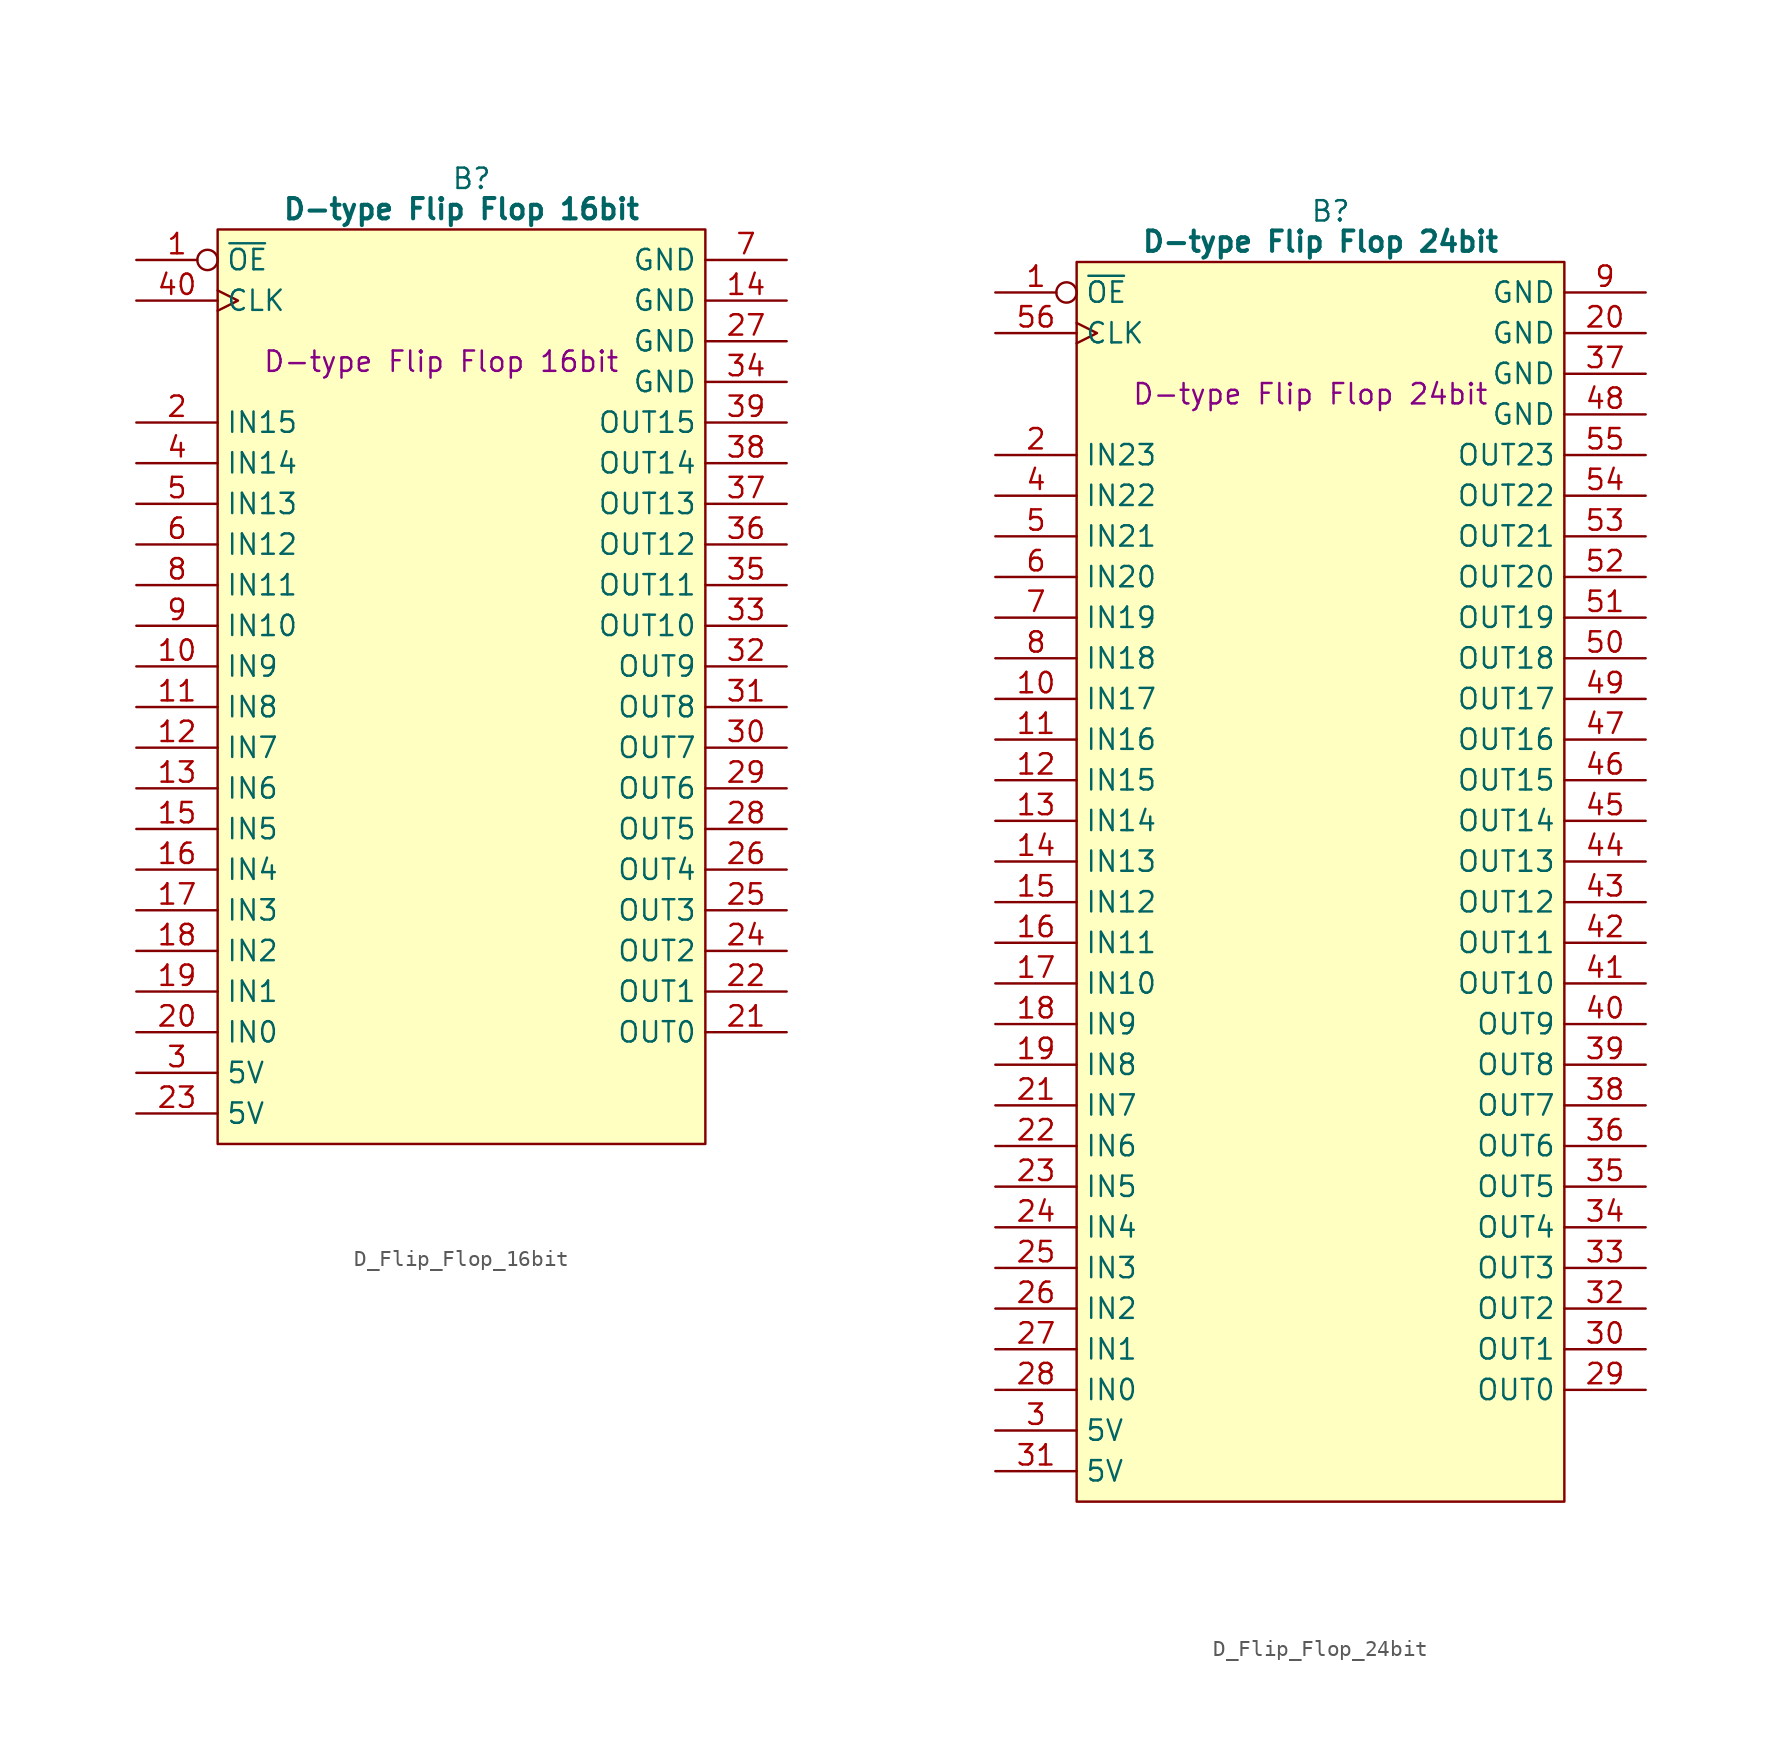
<source format=kicad_sym>
(kicad_symbol_lib
  (version 20241209)
  (generator "kicad_symbol_editor")
  (generator_version "9.0")
  (symbol "D_Flip_Flop_16bit"
    (property "Reference" "B"
      (at 15.875 5.08 0)
      (effects (font (size 1.27 1.27))))
    (property "Value" "D-type Flip Flop 16bit"
      (at 15.24 3.175 0)
      (effects (font (size 1.27 1.27) (bold yes))))
    (property "Description" "D-type Flip Flop 16bit"
      (at 13.97 -6.35 0)
      (effects (font (size 1.27 1.27))))
    (symbol "D_Flip_Flop_16bit_0_1"
      (polyline (pts (xy 0 1.905) (xy 30.48 1.905) (xy 30.48 -55.245) (xy 0 -55.245) (xy 0 1.905)) (stroke (width 0.152) (type default)) (fill (type background))))
    (symbol "D_Flip_Flop_16bit_1_0"
      (pin passive line (at 35.56 -7.62 180) (length 5.08) (name "GND" (effects (font (size 1.27 1.27)))) (number "34" (effects (font (size 1.27 1.27)))))
      (pin tri_state line (at 35.56 -10.16 180) (length 5.08) (name "OUT15" (effects (font (size 1.27 1.27)))) (number "39" (effects (font (size 1.27 1.27)))))
      (pin tri_state line (at 35.56 -12.7 180) (length 5.08) (name "OUT14" (effects (font (size 1.27 1.27)))) (number "38" (effects (font (size 1.27 1.27)))))
      (pin tri_state line (at 35.56 -15.24 180) (length 5.08) (name "OUT13" (effects (font (size 1.27 1.27)))) (number "37" (effects (font (size 1.27 1.27)))))
      (pin tri_state line (at 35.56 -17.78 180) (length 5.08) (name "OUT12" (effects (font (size 1.27 1.27)))) (number "36" (effects (font (size 1.27 1.27)))))
      (pin tri_state line (at 35.56 -20.32 180) (length 5.08) (name "OUT11" (effects (font (size 1.27 1.27)))) (number "35" (effects (font (size 1.27 1.27)))))
      (pin tri_state line (at 35.56 -22.86 180) (length 5.08) (name "OUT10" (effects (font (size 1.27 1.27)))) (number "33" (effects (font (size 1.27 1.27)))))
      (pin tri_state line (at 35.56 -25.4 180) (length 5.08) (name "OUT9" (effects (font (size 1.27 1.27)))) (number "32" (effects (font (size 1.27 1.27))))))
    (symbol "D_Flip_Flop_16bit_1_1"
      (pin input inverted (at -5.08 0 0) (length 5.08) (name "~{OE}" (effects (font (size 1.27 1.27)))) (number "1" (effects (font (size 1.27 1.27)))))
      (pin input clock (at -5.08 -2.54 0) (length 5.08) (name "CLK" (effects (font (size 1.27 1.27)))) (number "40" (effects (font (size 1.27 1.27)))))
      (pin input line (at -5.08 -10.16 0) (length 5.08) (name "IN15" (effects (font (size 1.27 1.27)))) (number "2" (effects (font (size 1.27 1.27)))))
      (pin input line (at -5.08 -12.7 0) (length 5.08) (name "IN14" (effects (font (size 1.27 1.27)))) (number "4" (effects (font (size 1.27 1.27)))))
      (pin input line (at -5.08 -15.24 0) (length 5.08) (name "IN13" (effects (font (size 1.27 1.27)))) (number "5" (effects (font (size 1.27 1.27)))))
      (pin input line (at -5.08 -17.78 0) (length 5.08) (name "IN12" (effects (font (size 1.27 1.27)))) (number "6" (effects (font (size 1.27 1.27)))))
      (pin input line (at -5.08 -20.32 0) (length 5.08) (name "IN11" (effects (font (size 1.27 1.27)))) (number "8" (effects (font (size 1.27 1.27)))))
      (pin input line (at -5.08 -22.86 0) (length 5.08) (name "IN10" (effects (font (size 1.27 1.27)))) (number "9" (effects (font (size 1.27 1.27)))))
      (pin input line (at -5.08 -25.4 0) (length 5.08) (name "IN9" (effects (font (size 1.27 1.27)))) (number "10" (effects (font (size 1.27 1.27)))))
      (pin input line (at -5.08 -27.94 0) (length 5.08) (name "IN8" (effects (font (size 1.27 1.27)))) (number "11" (effects (font (size 1.27 1.27)))))
      (pin input line (at -5.08 -30.48 0) (length 5.08) (name "IN7" (effects (font (size 1.27 1.27)))) (number "12" (effects (font (size 1.27 1.27)))))
      (pin input line (at -5.08 -33.02 0) (length 5.08) (name "IN6" (effects (font (size 1.27 1.27)))) (number "13" (effects (font (size 1.27 1.27)))))
      (pin input line (at -5.08 -35.56 0) (length 5.08) (name "IN5" (effects (font (size 1.27 1.27)))) (number "15" (effects (font (size 1.27 1.27)))))
      (pin input line (at -5.08 -38.1 0) (length 5.08) (name "IN4" (effects (font (size 1.27 1.27)))) (number "16" (effects (font (size 1.27 1.27)))))
      (pin input line (at -5.08 -40.64 0) (length 5.08) (name "IN3" (effects (font (size 1.27 1.27)))) (number "17" (effects (font (size 1.27 1.27)))))
      (pin input line (at -5.08 -43.18 0) (length 5.08) (name "IN2" (effects (font (size 1.27 1.27)))) (number "18" (effects (font (size 1.27 1.27)))))
      (pin input line (at -5.08 -45.72 0) (length 5.08) (name "IN1" (effects (font (size 1.27 1.27)))) (number "19" (effects (font (size 1.27 1.27)))))
      (pin input line (at -5.08 -48.26 0) (length 5.08) (name "IN0" (effects (font (size 1.27 1.27)))) (number "20" (effects (font (size 1.27 1.27)))))
      (pin passive line (at -5.08 -50.8 0) (length 5.08) (name "5V" (effects (font (size 1.27 1.27)))) (number "3" (effects (font (size 1.27 1.27)))))
      (pin passive line (at -5.08 -53.34 0) (length 5.08) (name "5V" (effects (font (size 1.27 1.27)))) (number "23" (effects (font (size 1.27 1.27)))))
      (pin passive line (at 35.56 0 180) (length 5.08) (name "GND" (effects (font (size 1.27 1.27)))) (number "7" (effects (font (size 1.27 1.27)))))
      (pin passive line (at 35.56 -2.54 180) (length 5.08) (name "GND" (effects (font (size 1.27 1.27)))) (number "14" (effects (font (size 1.27 1.27)))))
      (pin passive line (at 35.56 -5.08 180) (length 5.08) (name "GND" (effects (font (size 1.27 1.27)))) (number "27" (effects (font (size 1.27 1.27)))))
      (pin tri_state line (at 35.56 -27.94 180) (length 5.08) (name "OUT8" (effects (font (size 1.27 1.27)))) (number "31" (effects (font (size 1.27 1.27)))))
      (pin tri_state line (at 35.56 -30.48 180) (length 5.08) (name "OUT7" (effects (font (size 1.27 1.27)))) (number "30" (effects (font (size 1.27 1.27)))))
      (pin tri_state line (at 35.56 -33.02 180) (length 5.08) (name "OUT6" (effects (font (size 1.27 1.27)))) (number "29" (effects (font (size 1.27 1.27)))))
      (pin tri_state line (at 35.56 -35.56 180) (length 5.08) (name "OUT5" (effects (font (size 1.27 1.27)))) (number "28" (effects (font (size 1.27 1.27)))))
      (pin tri_state line (at 35.56 -38.1 180) (length 5.08) (name "OUT4" (effects (font (size 1.27 1.27)))) (number "26" (effects (font (size 1.27 1.27)))))
      (pin tri_state line (at 35.56 -40.64 180) (length 5.08) (name "OUT3" (effects (font (size 1.27 1.27)))) (number "25" (effects (font (size 1.27 1.27)))))
      (pin tri_state line (at 35.56 -43.18 180) (length 5.08) (name "OUT2" (effects (font (size 1.27 1.27)))) (number "24" (effects (font (size 1.27 1.27)))))
      (pin tri_state line (at 35.56 -45.72 180) (length 5.08) (name "OUT1" (effects (font (size 1.27 1.27)))) (number "22" (effects (font (size 1.27 1.27)))))
      (pin tri_state line (at 35.56 -48.26 180) (length 5.08) (name "OUT0" (effects (font (size 1.27 1.27)))) (number "21" (effects (font (size 1.27 1.27)))))))
  (symbol "D_Flip_Flop_24bit"
    (property "Reference" "B"
      (at 15.875 5.08 0)
      (effects (font (size 1.27 1.27))))
    (property "Value" "D-type Flip Flop 24bit"
      (at 15.24 3.175 0)
      (effects (font (size 1.27 1.27) (bold yes))))
    (property "Description" "D-type Flip Flop 24bit"
      (at 14.605 -6.35 0)
      (effects (font (size 1.27 1.27))))
    (symbol "D_Flip_Flop_24bit_0_1"
      (polyline (pts (xy 0 1.905) (xy 30.48 1.905) (xy 30.48 -75.565) (xy 0 -75.565) (xy 0 1.905)) (stroke (width 0.152) (type default)) (fill (type background))))
    (symbol "D_Flip_Flop_24bit_1_0"
      (pin input clock (at -5.08 -2.54 0) (length 5.08) (name "CLK" (effects (font (size 1.27 1.27)))) (number "56" (effects (font (size 1.27 1.27)))))
      (pin passive line (at 35.56 -5.08 180) (length 5.08) (name "GND" (effects (font (size 1.27 1.27)))) (number "37" (effects (font (size 1.27 1.27)))))
      (pin tri_state line (at 35.56 -12.7 180) (length 5.08) (name "OUT22" (effects (font (size 1.27 1.27)))) (number "54" (effects (font (size 1.27 1.27)))))
      (pin tri_state line (at 35.56 -33.02 180) (length 5.08) (name "OUT14" (effects (font (size 1.27 1.27)))) (number "45" (effects (font (size 1.27 1.27)))))
      (pin tri_state line (at 35.56 -48.26 180) (length 5.08) (name "OUT8" (effects (font (size 1.27 1.27)))) (number "39" (effects (font (size 1.27 1.27)))))
      (pin tri_state line (at 35.56 -50.8 180) (length 5.08) (name "OUT7" (effects (font (size 1.27 1.27)))) (number "38" (effects (font (size 1.27 1.27)))))
      (pin tri_state line (at 35.56 -53.34 180) (length 5.08) (name "OUT6" (effects (font (size 1.27 1.27)))) (number "36" (effects (font (size 1.27 1.27)))))
      (pin tri_state line (at 35.56 -58.42 180) (length 5.08) (name "OUT4" (effects (font (size 1.27 1.27)))) (number "34" (effects (font (size 1.27 1.27)))))
      (pin tri_state line (at 35.56 -60.96 180) (length 5.08) (name "OUT3" (effects (font (size 1.27 1.27)))) (number "33" (effects (font (size 1.27 1.27)))))
      (pin tri_state line (at 35.56 -63.5 180) (length 5.08) (name "OUT2" (effects (font (size 1.27 1.27)))) (number "32" (effects (font (size 1.27 1.27))))))
    (symbol "D_Flip_Flop_24bit_1_1"
      (pin input inverted (at -5.08 0 0) (length 5.08) (name "~{OE}" (effects (font (size 1.27 1.27)))) (number "1" (effects (font (size 1.27 1.27)))))
      (pin input line (at -5.08 -10.16 0) (length 5.08) (name "IN23" (effects (font (size 1.27 1.27)))) (number "2" (effects (font (size 1.27 1.27)))))
      (pin input line (at -5.08 -12.7 0) (length 5.08) (name "IN22" (effects (font (size 1.27 1.27)))) (number "4" (effects (font (size 1.27 1.27)))))
      (pin input line (at -5.08 -15.24 0) (length 5.08) (name "IN21" (effects (font (size 1.27 1.27)))) (number "5" (effects (font (size 1.27 1.27)))))
      (pin input line (at -5.08 -17.78 0) (length 5.08) (name "IN20" (effects (font (size 1.27 1.27)))) (number "6" (effects (font (size 1.27 1.27)))))
      (pin input line (at -5.08 -20.32 0) (length 5.08) (name "IN19" (effects (font (size 1.27 1.27)))) (number "7" (effects (font (size 1.27 1.27)))))
      (pin input line (at -5.08 -22.86 0) (length 5.08) (name "IN18" (effects (font (size 1.27 1.27)))) (number "8" (effects (font (size 1.27 1.27)))))
      (pin input line (at -5.08 -25.4 0) (length 5.08) (name "IN17" (effects (font (size 1.27 1.27)))) (number "10" (effects (font (size 1.27 1.27)))))
      (pin input line (at -5.08 -27.94 0) (length 5.08) (name "IN16" (effects (font (size 1.27 1.27)))) (number "11" (effects (font (size 1.27 1.27)))))
      (pin input line (at -5.08 -30.48 0) (length 5.08) (name "IN15" (effects (font (size 1.27 1.27)))) (number "12" (effects (font (size 1.27 1.27)))))
      (pin input line (at -5.08 -33.02 0) (length 5.08) (name "IN14" (effects (font (size 1.27 1.27)))) (number "13" (effects (font (size 1.27 1.27)))))
      (pin input line (at -5.08 -35.56 0) (length 5.08) (name "IN13" (effects (font (size 1.27 1.27)))) (number "14" (effects (font (size 1.27 1.27)))))
      (pin input line (at -5.08 -38.1 0) (length 5.08) (name "IN12" (effects (font (size 1.27 1.27)))) (number "15" (effects (font (size 1.27 1.27)))))
      (pin input line (at -5.08 -40.64 0) (length 5.08) (name "IN11" (effects (font (size 1.27 1.27)))) (number "16" (effects (font (size 1.27 1.27)))))
      (pin input line (at -5.08 -43.18 0) (length 5.08) (name "IN10" (effects (font (size 1.27 1.27)))) (number "17" (effects (font (size 1.27 1.27)))))
      (pin input line (at -5.08 -45.72 0) (length 5.08) (name "IN9" (effects (font (size 1.27 1.27)))) (number "18" (effects (font (size 1.27 1.27)))))
      (pin input line (at -5.08 -48.26 0) (length 5.08) (name "IN8" (effects (font (size 1.27 1.27)))) (number "19" (effects (font (size 1.27 1.27)))))
      (pin input line (at -5.08 -50.8 0) (length 5.08) (name "IN7" (effects (font (size 1.27 1.27)))) (number "21" (effects (font (size 1.27 1.27)))))
      (pin input line (at -5.08 -53.34 0) (length 5.08) (name "IN6" (effects (font (size 1.27 1.27)))) (number "22" (effects (font (size 1.27 1.27)))))
      (pin input line (at -5.08 -55.88 0) (length 5.08) (name "IN5" (effects (font (size 1.27 1.27)))) (number "23" (effects (font (size 1.27 1.27)))))
      (pin input line (at -5.08 -58.42 0) (length 5.08) (name "IN4" (effects (font (size 1.27 1.27)))) (number "24" (effects (font (size 1.27 1.27)))))
      (pin input line (at -5.08 -60.96 0) (length 5.08) (name "IN3" (effects (font (size 1.27 1.27)))) (number "25" (effects (font (size 1.27 1.27)))))
      (pin input line (at -5.08 -63.5 0) (length 5.08) (name "IN2" (effects (font (size 1.27 1.27)))) (number "26" (effects (font (size 1.27 1.27)))))
      (pin input line (at -5.08 -66.04 0) (length 5.08) (name "IN1" (effects (font (size 1.27 1.27)))) (number "27" (effects (font (size 1.27 1.27)))))
      (pin input line (at -5.08 -68.58 0) (length 5.08) (name "IN0" (effects (font (size 1.27 1.27)))) (number "28" (effects (font (size 1.27 1.27)))))
      (pin passive line (at -5.08 -71.12 0) (length 5.08) (name "5V" (effects (font (size 1.27 1.27)))) (number "3" (effects (font (size 1.27 1.27)))))
      (pin passive line (at -5.08 -73.66 0) (length 5.08) (name "5V" (effects (font (size 1.27 1.27)))) (number "31" (effects (font (size 1.27 1.27)))))
      (pin passive line (at 35.56 0 180) (length 5.08) (name "GND" (effects (font (size 1.27 1.27)))) (number "9" (effects (font (size 1.27 1.27)))))
      (pin passive line (at 35.56 -2.54 180) (length 5.08) (name "GND" (effects (font (size 1.27 1.27)))) (number "20" (effects (font (size 1.27 1.27)))))
      (pin passive line (at 35.56 -7.62 180) (length 5.08) (name "GND" (effects (font (size 1.27 1.27)))) (number "48" (effects (font (size 1.27 1.27)))))
      (pin tri_state line (at 35.56 -10.16 180) (length 5.08) (name "OUT23" (effects (font (size 1.27 1.27)))) (number "55" (effects (font (size 1.27 1.27)))))
      (pin tri_state line (at 35.56 -15.24 180) (length 5.08) (name "OUT21" (effects (font (size 1.27 1.27)))) (number "53" (effects (font (size 1.27 1.27)))))
      (pin tri_state line (at 35.56 -17.78 180) (length 5.08) (name "OUT20" (effects (font (size 1.27 1.27)))) (number "52" (effects (font (size 1.27 1.27)))))
      (pin tri_state line (at 35.56 -20.32 180) (length 5.08) (name "OUT19" (effects (font (size 1.27 1.27)))) (number "51" (effects (font (size 1.27 1.27)))))
      (pin tri_state line (at 35.56 -22.86 180) (length 5.08) (name "OUT18" (effects (font (size 1.27 1.27)))) (number "50" (effects (font (size 1.27 1.27)))))
      (pin tri_state line (at 35.56 -25.4 180) (length 5.08) (name "OUT17" (effects (font (size 1.27 1.27)))) (number "49" (effects (font (size 1.27 1.27)))))
      (pin tri_state line (at 35.56 -27.94 180) (length 5.08) (name "OUT16" (effects (font (size 1.27 1.27)))) (number "47" (effects (font (size 1.27 1.27)))))
      (pin tri_state line (at 35.56 -30.48 180) (length 5.08) (name "OUT15" (effects (font (size 1.27 1.27)))) (number "46" (effects (font (size 1.27 1.27)))))
      (pin tri_state line (at 35.56 -35.56 180) (length 5.08) (name "OUT13" (effects (font (size 1.27 1.27)))) (number "44" (effects (font (size 1.27 1.27)))))
      (pin tri_state line (at 35.56 -38.1 180) (length 5.08) (name "OUT12" (effects (font (size 1.27 1.27)))) (number "43" (effects (font (size 1.27 1.27)))))
      (pin tri_state line (at 35.56 -40.64 180) (length 5.08) (name "OUT11" (effects (font (size 1.27 1.27)))) (number "42" (effects (font (size 1.27 1.27)))))
      (pin tri_state line (at 35.56 -43.18 180) (length 5.08) (name "OUT10" (effects (font (size 1.27 1.27)))) (number "41" (effects (font (size 1.27 1.27)))))
      (pin tri_state line (at 35.56 -45.72 180) (length 5.08) (name "OUT9" (effects (font (size 1.27 1.27)))) (number "40" (effects (font (size 1.27 1.27)))))
      (pin tri_state line (at 35.56 -55.88 180) (length 5.08) (name "OUT5" (effects (font (size 1.27 1.27)))) (number "35" (effects (font (size 1.27 1.27)))))
      (pin tri_state line (at 35.56 -66.04 180) (length 5.08) (name "OUT1" (effects (font (size 1.27 1.27)))) (number "30" (effects (font (size 1.27 1.27)))))
      (pin tri_state line (at 35.56 -68.58 180) (length 5.08) (name "OUT0" (effects (font (size 1.27 1.27)))) (number "29" (effects (font (size 1.27 1.27))))))))
</source>
